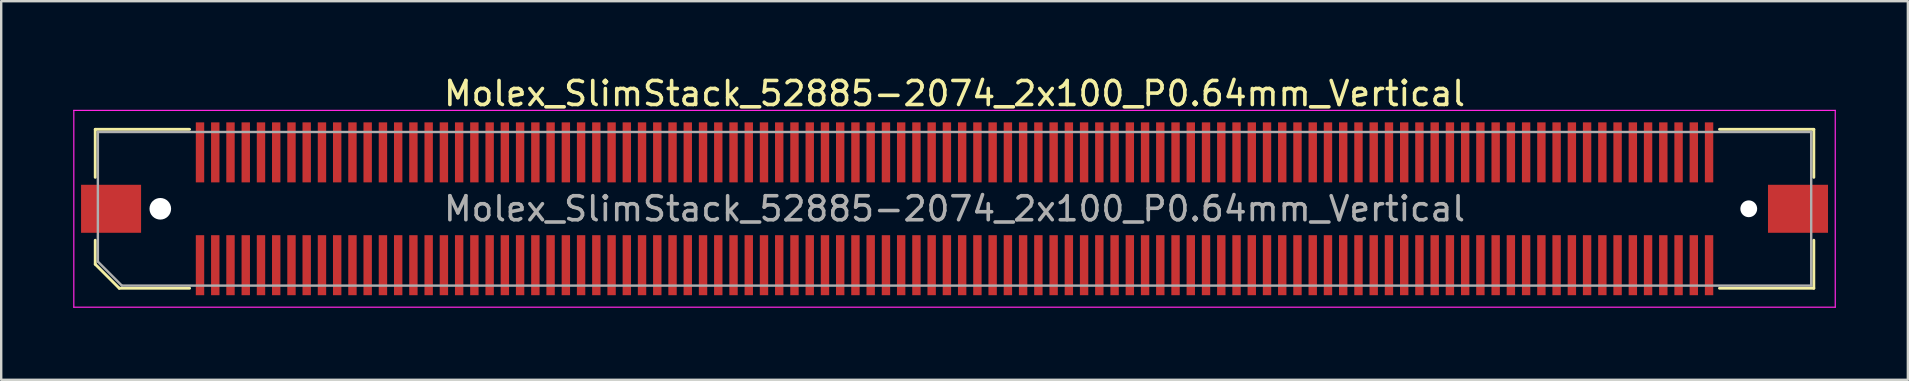
<source format=kicad_pcb>
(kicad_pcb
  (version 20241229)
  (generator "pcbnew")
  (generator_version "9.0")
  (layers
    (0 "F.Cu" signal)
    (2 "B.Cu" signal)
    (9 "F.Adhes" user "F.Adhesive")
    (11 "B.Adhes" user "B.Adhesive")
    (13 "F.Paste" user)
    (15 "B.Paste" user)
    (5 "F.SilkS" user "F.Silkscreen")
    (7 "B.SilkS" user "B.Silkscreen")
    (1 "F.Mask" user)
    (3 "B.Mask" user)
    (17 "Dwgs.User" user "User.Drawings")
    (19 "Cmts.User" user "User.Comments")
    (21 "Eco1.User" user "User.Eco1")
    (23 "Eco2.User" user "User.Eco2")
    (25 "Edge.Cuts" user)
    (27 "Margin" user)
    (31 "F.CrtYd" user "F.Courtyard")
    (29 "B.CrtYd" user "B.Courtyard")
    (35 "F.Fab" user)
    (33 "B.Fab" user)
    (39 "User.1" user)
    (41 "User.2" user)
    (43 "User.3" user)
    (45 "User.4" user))
  (footprint "Molex_SlimStack_52885-2074_2x100_P0.64mm_Vertical"
    (layer "F.Cu")
    (at 36.715 5.648)
    (property "Reference" "Molex_SlimStack_52885-2074_2x100_P0.64mm_Vertical" (at 0 -4.8 0) (layer "F.SilkS") (effects (font (size 1 1) (thickness 0.15))))
    (attr smd)
    (fp_line (start -35.797 -3.31) (end -31.867 -3.31) (stroke (width 0.12) (type solid)) (layer "F.SilkS"))
    (fp_line (start -35.797 -1.31) (end -35.797 -3.31) (stroke (width 0.12) (type solid)) (layer "F.SilkS"))
    (fp_line (start -35.797 2.31) (end -35.797 1.31) (stroke (width 0.12) (type solid)) (layer "F.SilkS"))
    (fp_line (start -34.797 3.31) (end -35.797 2.31) (stroke (width 0.12) (type solid)) (layer "F.SilkS"))
    (fp_line (start -31.867 3.31) (end -34.797 3.31) (stroke (width 0.12) (type solid)) (layer "F.SilkS"))
    (fp_line (start 31.867 3.31) (end 35.797 3.31) (stroke (width 0.12) (type solid)) (layer "F.SilkS"))
    (fp_line (start 35.797 -3.31) (end 31.867 -3.31) (stroke (width 0.12) (type solid)) (layer "F.SilkS"))
    (fp_line (start 35.797 -1.31) (end 35.797 -3.31) (stroke (width 0.12) (type solid)) (layer "F.SilkS"))
    (fp_line (start 35.797 3.31) (end 35.797 1.31) (stroke (width 0.12) (type solid)) (layer "F.SilkS"))
    (fp_line (start -36.69 -4.1) (end -36.69 4.1) (stroke (width 0.05) (type solid)) (layer "F.CrtYd"))
    (fp_line (start -36.69 4.1) (end 36.69 4.1) (stroke (width 0.05) (type solid)) (layer "F.CrtYd"))
    (fp_line (start 36.69 -4.1) (end -36.69 -4.1) (stroke (width 0.05) (type solid)) (layer "F.CrtYd"))
    (fp_line (start 36.69 4.1) (end 36.69 -4.1) (stroke (width 0.05) (type solid)) (layer "F.CrtYd"))
    (fp_line (start -35.688 -3.2) (end -35.688 2.2) (stroke (width 0.1) (type solid)) (layer "F.Fab"))
    (fp_line (start -35.688 2.2) (end -34.688 3.2) (stroke (width 0.1) (type solid)) (layer "F.Fab"))
    (fp_line (start -34.688 3.2) (end 35.688 3.2) (stroke (width 0.1) (type solid)) (layer "F.Fab"))
    (fp_line (start 35.688 -3.2) (end -35.688 -3.2) (stroke (width 0.1) (type solid)) (layer "F.Fab"))
    (fp_line (start 35.688 3.2) (end 35.688 -3.2) (stroke (width 0.1) (type solid)) (layer "F.Fab"))
    (fp_text user "${REFERENCE}" (at 0 0 0) (layer "F.Fab") (effects (font (size 1 1) (thickness 0.15))))
    (pad "" np_thru_hole circle (at -33.087 0) (size 0.9 0.9) (drill 0.9) (layers "*.Cu" "*.Mask"))
    (pad "" np_thru_hole circle (at 33.087 0) (size 0.7 0.7) (drill 0.7) (layers "*.Cu" "*.Mask"))
    (pad "1" smd rect (at -31.433 2.35) (size 0.35 2.5) (layers "F.Cu" "F.Mask" "F.Paste"))
    (pad "2" smd rect (at -31.433 -2.35) (size 0.35 2.5) (layers "F.Cu" "F.Mask" "F.Paste"))
    (pad "3" smd rect (at -30.797 2.35) (size 0.35 2.5) (layers "F.Cu" "F.Mask" "F.Paste"))
    (pad "4" smd rect (at -30.797 -2.35) (size 0.35 2.5) (layers "F.Cu" "F.Mask" "F.Paste"))
    (pad "5" smd rect (at -30.163 2.35) (size 0.35 2.5) (layers "F.Cu" "F.Mask" "F.Paste"))
    (pad "6" smd rect (at -30.163 -2.35) (size 0.35 2.5) (layers "F.Cu" "F.Mask" "F.Paste"))
    (pad "7" smd rect (at -29.527 2.35) (size 0.35 2.5) (layers "F.Cu" "F.Mask" "F.Paste"))
    (pad "8" smd rect (at -29.527 -2.35) (size 0.35 2.5) (layers "F.Cu" "F.Mask" "F.Paste"))
    (pad "9" smd rect (at -28.892 2.35) (size 0.35 2.5) (layers "F.Cu" "F.Mask" "F.Paste"))
    (pad "10" smd rect (at -28.892 -2.35) (size 0.35 2.5) (layers "F.Cu" "F.Mask" "F.Paste"))
    (pad "11" smd rect (at -28.258 2.35) (size 0.35 2.5) (layers "F.Cu" "F.Mask" "F.Paste"))
    (pad "12" smd rect (at -28.258 -2.35) (size 0.35 2.5) (layers "F.Cu" "F.Mask" "F.Paste"))
    (pad "13" smd rect (at -27.622 2.35) (size 0.35 2.5) (layers "F.Cu" "F.Mask" "F.Paste"))
    (pad "14" smd rect (at -27.622 -2.35) (size 0.35 2.5) (layers "F.Cu" "F.Mask" "F.Paste"))
    (pad "15" smd rect (at -26.988 2.35) (size 0.35 2.5) (layers "F.Cu" "F.Mask" "F.Paste"))
    (pad "16" smd rect (at -26.988 -2.35) (size 0.35 2.5) (layers "F.Cu" "F.Mask" "F.Paste"))
    (pad "17" smd rect (at -26.352 2.35) (size 0.35 2.5) (layers "F.Cu" "F.Mask" "F.Paste"))
    (pad "18" smd rect (at -26.352 -2.35) (size 0.35 2.5) (layers "F.Cu" "F.Mask" "F.Paste"))
    (pad "19" smd rect (at -25.718 2.35) (size 0.35 2.5) (layers "F.Cu" "F.Mask" "F.Paste"))
    (pad "20" smd rect (at -25.718 -2.35) (size 0.35 2.5) (layers "F.Cu" "F.Mask" "F.Paste"))
    (pad "21" smd rect (at -25.082 2.35) (size 0.35 2.5) (layers "F.Cu" "F.Mask" "F.Paste"))
    (pad "22" smd rect (at -25.082 -2.35) (size 0.35 2.5) (layers "F.Cu" "F.Mask" "F.Paste"))
    (pad "23" smd rect (at -24.448 2.35) (size 0.35 2.5) (layers "F.Cu" "F.Mask" "F.Paste"))
    (pad "24" smd rect (at -24.448 -2.35) (size 0.35 2.5) (layers "F.Cu" "F.Mask" "F.Paste"))
    (pad "25" smd rect (at -23.812 2.35) (size 0.35 2.5) (layers "F.Cu" "F.Mask" "F.Paste"))
    (pad "26" smd rect (at -23.812 -2.35) (size 0.35 2.5) (layers "F.Cu" "F.Mask" "F.Paste"))
    (pad "27" smd rect (at -23.177 2.35) (size 0.35 2.5) (layers "F.Cu" "F.Mask" "F.Paste"))
    (pad "28" smd rect (at -23.177 -2.35) (size 0.35 2.5) (layers "F.Cu" "F.Mask" "F.Paste"))
    (pad "29" smd rect (at -22.543 2.35) (size 0.35 2.5) (layers "F.Cu" "F.Mask" "F.Paste"))
    (pad "30" smd rect (at -22.543 -2.35) (size 0.35 2.5) (layers "F.Cu" "F.Mask" "F.Paste"))
    (pad "31" smd rect (at -21.907 2.35) (size 0.35 2.5) (layers "F.Cu" "F.Mask" "F.Paste"))
    (pad "32" smd rect (at -21.907 -2.35) (size 0.35 2.5) (layers "F.Cu" "F.Mask" "F.Paste"))
    (pad "33" smd rect (at -21.273 2.35) (size 0.35 2.5) (layers "F.Cu" "F.Mask" "F.Paste"))
    (pad "34" smd rect (at -21.273 -2.35) (size 0.35 2.5) (layers "F.Cu" "F.Mask" "F.Paste"))
    (pad "35" smd rect (at -20.637 2.35) (size 0.35 2.5) (layers "F.Cu" "F.Mask" "F.Paste"))
    (pad "36" smd rect (at -20.637 -2.35) (size 0.35 2.5) (layers "F.Cu" "F.Mask" "F.Paste"))
    (pad "37" smd rect (at -20.003 2.35) (size 0.35 2.5) (layers "F.Cu" "F.Mask" "F.Paste"))
    (pad "38" smd rect (at -20.003 -2.35) (size 0.35 2.5) (layers "F.Cu" "F.Mask" "F.Paste"))
    (pad "39" smd rect (at -19.367 2.35) (size 0.35 2.5) (layers "F.Cu" "F.Mask" "F.Paste"))
    (pad "40" smd rect (at -19.367 -2.35) (size 0.35 2.5) (layers "F.Cu" "F.Mask" "F.Paste"))
    (pad "41" smd rect (at -18.733 2.35) (size 0.35 2.5) (layers "F.Cu" "F.Mask" "F.Paste"))
    (pad "42" smd rect (at -18.733 -2.35) (size 0.35 2.5) (layers "F.Cu" "F.Mask" "F.Paste"))
    (pad "43" smd rect (at -18.098 2.35) (size 0.35 2.5) (layers "F.Cu" "F.Mask" "F.Paste"))
    (pad "44" smd rect (at -18.098 -2.35) (size 0.35 2.5) (layers "F.Cu" "F.Mask" "F.Paste"))
    (pad "45" smd rect (at -17.462 2.35) (size 0.35 2.5) (layers "F.Cu" "F.Mask" "F.Paste"))
    (pad "46" smd rect (at -17.462 -2.35) (size 0.35 2.5) (layers "F.Cu" "F.Mask" "F.Paste"))
    (pad "47" smd rect (at -16.828 2.35) (size 0.35 2.5) (layers "F.Cu" "F.Mask" "F.Paste"))
    (pad "48" smd rect (at -16.828 -2.35) (size 0.35 2.5) (layers "F.Cu" "F.Mask" "F.Paste"))
    (pad "49" smd rect (at -16.192 2.35) (size 0.35 2.5) (layers "F.Cu" "F.Mask" "F.Paste"))
    (pad "50" smd rect (at -16.192 -2.35) (size 0.35 2.5) (layers "F.Cu" "F.Mask" "F.Paste"))
    (pad "51" smd rect (at -15.557 2.35) (size 0.35 2.5) (layers "F.Cu" "F.Mask" "F.Paste"))
    (pad "52" smd rect (at -15.557 -2.35) (size 0.35 2.5) (layers "F.Cu" "F.Mask" "F.Paste"))
    (pad "53" smd rect (at -14.922 2.35) (size 0.35 2.5) (layers "F.Cu" "F.Mask" "F.Paste"))
    (pad "54" smd rect (at -14.922 -2.35) (size 0.35 2.5) (layers "F.Cu" "F.Mask" "F.Paste"))
    (pad "55" smd rect (at -14.287 2.35) (size 0.35 2.5) (layers "F.Cu" "F.Mask" "F.Paste"))
    (pad "56" smd rect (at -14.287 -2.35) (size 0.35 2.5) (layers "F.Cu" "F.Mask" "F.Paste"))
    (pad "57" smd rect (at -13.652 2.35) (size 0.35 2.5) (layers "F.Cu" "F.Mask" "F.Paste"))
    (pad "58" smd rect (at -13.652 -2.35) (size 0.35 2.5) (layers "F.Cu" "F.Mask" "F.Paste"))
    (pad "59" smd rect (at -13.018 2.35) (size 0.35 2.5) (layers "F.Cu" "F.Mask" "F.Paste"))
    (pad "60" smd rect (at -13.018 -2.35) (size 0.35 2.5) (layers "F.Cu" "F.Mask" "F.Paste"))
    (pad "61" smd rect (at -12.383 2.35) (size 0.35 2.5) (layers "F.Cu" "F.Mask" "F.Paste"))
    (pad "62" smd rect (at -12.383 -2.35) (size 0.35 2.5) (layers "F.Cu" "F.Mask" "F.Paste"))
    (pad "63" smd rect (at -11.748 2.35) (size 0.35 2.5) (layers "F.Cu" "F.Mask" "F.Paste"))
    (pad "64" smd rect (at -11.748 -2.35) (size 0.35 2.5) (layers "F.Cu" "F.Mask" "F.Paste"))
    (pad "65" smd rect (at -11.113 2.35) (size 0.35 2.5) (layers "F.Cu" "F.Mask" "F.Paste"))
    (pad "66" smd rect (at -11.113 -2.35) (size 0.35 2.5) (layers "F.Cu" "F.Mask" "F.Paste"))
    (pad "67" smd rect (at -10.477 2.35) (size 0.35 2.5) (layers "F.Cu" "F.Mask" "F.Paste"))
    (pad "68" smd rect (at -10.477 -2.35) (size 0.35 2.5) (layers "F.Cu" "F.Mask" "F.Paste"))
    (pad "69" smd rect (at -9.842 2.35) (size 0.35 2.5) (layers "F.Cu" "F.Mask" "F.Paste"))
    (pad "70" smd rect (at -9.842 -2.35) (size 0.35 2.5) (layers "F.Cu" "F.Mask" "F.Paste"))
    (pad "71" smd rect (at -9.207 2.35) (size 0.35 2.5) (layers "F.Cu" "F.Mask" "F.Paste"))
    (pad "72" smd rect (at -9.207 -2.35) (size 0.35 2.5) (layers "F.Cu" "F.Mask" "F.Paste"))
    (pad "73" smd rect (at -8.572 2.35) (size 0.35 2.5) (layers "F.Cu" "F.Mask" "F.Paste"))
    (pad "74" smd rect (at -8.572 -2.35) (size 0.35 2.5) (layers "F.Cu" "F.Mask" "F.Paste"))
    (pad "75" smd rect (at -7.938 2.35) (size 0.35 2.5) (layers "F.Cu" "F.Mask" "F.Paste"))
    (pad "76" smd rect (at -7.938 -2.35) (size 0.35 2.5) (layers "F.Cu" "F.Mask" "F.Paste"))
    (pad "77" smd rect (at -7.303 2.35) (size 0.35 2.5) (layers "F.Cu" "F.Mask" "F.Paste"))
    (pad "78" smd rect (at -7.303 -2.35) (size 0.35 2.5) (layers "F.Cu" "F.Mask" "F.Paste"))
    (pad "79" smd rect (at -6.668 2.35) (size 0.35 2.5) (layers "F.Cu" "F.Mask" "F.Paste"))
    (pad "80" smd rect (at -6.668 -2.35) (size 0.35 2.5) (layers "F.Cu" "F.Mask" "F.Paste"))
    (pad "81" smd rect (at -6.032 2.35) (size 0.35 2.5) (layers "F.Cu" "F.Mask" "F.Paste"))
    (pad "82" smd rect (at -6.032 -2.35) (size 0.35 2.5) (layers "F.Cu" "F.Mask" "F.Paste"))
    (pad "83" smd rect (at -5.397 2.35) (size 0.35 2.5) (layers "F.Cu" "F.Mask" "F.Paste"))
    (pad "84" smd rect (at -5.397 -2.35) (size 0.35 2.5) (layers "F.Cu" "F.Mask" "F.Paste"))
    (pad "85" smd rect (at -4.763 2.35) (size 0.35 2.5) (layers "F.Cu" "F.Mask" "F.Paste"))
    (pad "86" smd rect (at -4.763 -2.35) (size 0.35 2.5) (layers "F.Cu" "F.Mask" "F.Paste"))
    (pad "87" smd rect (at -4.128 2.35) (size 0.35 2.5) (layers "F.Cu" "F.Mask" "F.Paste"))
    (pad "88" smd rect (at -4.128 -2.35) (size 0.35 2.5) (layers "F.Cu" "F.Mask" "F.Paste"))
    (pad "89" smd rect (at -3.493 2.35) (size 0.35 2.5) (layers "F.Cu" "F.Mask" "F.Paste"))
    (pad "90" smd rect (at -3.493 -2.35) (size 0.35 2.5) (layers "F.Cu" "F.Mask" "F.Paste"))
    (pad "91" smd rect (at -2.857 2.35) (size 0.35 2.5) (layers "F.Cu" "F.Mask" "F.Paste"))
    (pad "92" smd rect (at -2.857 -2.35) (size 0.35 2.5) (layers "F.Cu" "F.Mask" "F.Paste"))
    (pad "93" smd rect (at -2.223 2.35) (size 0.35 2.5) (layers "F.Cu" "F.Mask" "F.Paste"))
    (pad "94" smd rect (at -2.223 -2.35) (size 0.35 2.5) (layers "F.Cu" "F.Mask" "F.Paste"))
    (pad "95" smd rect (at -1.587 2.35) (size 0.35 2.5) (layers "F.Cu" "F.Mask" "F.Paste"))
    (pad "96" smd rect (at -1.587 -2.35) (size 0.35 2.5) (layers "F.Cu" "F.Mask" "F.Paste"))
    (pad "97" smd rect (at -0.953 2.35) (size 0.35 2.5) (layers "F.Cu" "F.Mask" "F.Paste"))
    (pad "98" smd rect (at -0.953 -2.35) (size 0.35 2.5) (layers "F.Cu" "F.Mask" "F.Paste"))
    (pad "99" smd rect (at -0.318 2.35) (size 0.35 2.5) (layers "F.Cu" "F.Mask" "F.Paste"))
    (pad "100" smd rect (at -0.318 -2.35) (size 0.35 2.5) (layers "F.Cu" "F.Mask" "F.Paste"))
    (pad "101" smd rect (at 0.318 2.35) (size 0.35 2.5) (layers "F.Cu" "F.Mask" "F.Paste"))
    (pad "102" smd rect (at 0.318 -2.35) (size 0.35 2.5) (layers "F.Cu" "F.Mask" "F.Paste"))
    (pad "103" smd rect (at 0.953 2.35) (size 0.35 2.5) (layers "F.Cu" "F.Mask" "F.Paste"))
    (pad "104" smd rect (at 0.953 -2.35) (size 0.35 2.5) (layers "F.Cu" "F.Mask" "F.Paste"))
    (pad "105" smd rect (at 1.587 2.35) (size 0.35 2.5) (layers "F.Cu" "F.Mask" "F.Paste"))
    (pad "106" smd rect (at 1.587 -2.35) (size 0.35 2.5) (layers "F.Cu" "F.Mask" "F.Paste"))
    (pad "107" smd rect (at 2.223 2.35) (size 0.35 2.5) (layers "F.Cu" "F.Mask" "F.Paste"))
    (pad "108" smd rect (at 2.223 -2.35) (size 0.35 2.5) (layers "F.Cu" "F.Mask" "F.Paste"))
    (pad "109" smd rect (at 2.857 2.35) (size 0.35 2.5) (layers "F.Cu" "F.Mask" "F.Paste"))
    (pad "110" smd rect (at 2.857 -2.35) (size 0.35 2.5) (layers "F.Cu" "F.Mask" "F.Paste"))
    (pad "111" smd rect (at 3.493 2.35) (size 0.35 2.5) (layers "F.Cu" "F.Mask" "F.Paste"))
    (pad "112" smd rect (at 3.493 -2.35) (size 0.35 2.5) (layers "F.Cu" "F.Mask" "F.Paste"))
    (pad "113" smd rect (at 4.128 2.35) (size 0.35 2.5) (layers "F.Cu" "F.Mask" "F.Paste"))
    (pad "114" smd rect (at 4.128 -2.35) (size 0.35 2.5) (layers "F.Cu" "F.Mask" "F.Paste"))
    (pad "115" smd rect (at 4.763 2.35) (size 0.35 2.5) (layers "F.Cu" "F.Mask" "F.Paste"))
    (pad "116" smd rect (at 4.763 -2.35) (size 0.35 2.5) (layers "F.Cu" "F.Mask" "F.Paste"))
    (pad "117" smd rect (at 5.397 2.35) (size 0.35 2.5) (layers "F.Cu" "F.Mask" "F.Paste"))
    (pad "118" smd rect (at 5.397 -2.35) (size 0.35 2.5) (layers "F.Cu" "F.Mask" "F.Paste"))
    (pad "119" smd rect (at 6.032 2.35) (size 0.35 2.5) (layers "F.Cu" "F.Mask" "F.Paste"))
    (pad "120" smd rect (at 6.032 -2.35) (size 0.35 2.5) (layers "F.Cu" "F.Mask" "F.Paste"))
    (pad "121" smd rect (at 6.668 2.35) (size 0.35 2.5) (layers "F.Cu" "F.Mask" "F.Paste"))
    (pad "122" smd rect (at 6.668 -2.35) (size 0.35 2.5) (layers "F.Cu" "F.Mask" "F.Paste"))
    (pad "123" smd rect (at 7.303 2.35) (size 0.35 2.5) (layers "F.Cu" "F.Mask" "F.Paste"))
    (pad "124" smd rect (at 7.303 -2.35) (size 0.35 2.5) (layers "F.Cu" "F.Mask" "F.Paste"))
    (pad "125" smd rect (at 7.938 2.35) (size 0.35 2.5) (layers "F.Cu" "F.Mask" "F.Paste"))
    (pad "126" smd rect (at 7.938 -2.35) (size 0.35 2.5) (layers "F.Cu" "F.Mask" "F.Paste"))
    (pad "127" smd rect (at 8.572 2.35) (size 0.35 2.5) (layers "F.Cu" "F.Mask" "F.Paste"))
    (pad "128" smd rect (at 8.572 -2.35) (size 0.35 2.5) (layers "F.Cu" "F.Mask" "F.Paste"))
    (pad "129" smd rect (at 9.207 2.35) (size 0.35 2.5) (layers "F.Cu" "F.Mask" "F.Paste"))
    (pad "130" smd rect (at 9.207 -2.35) (size 0.35 2.5) (layers "F.Cu" "F.Mask" "F.Paste"))
    (pad "131" smd rect (at 9.842 2.35) (size 0.35 2.5) (layers "F.Cu" "F.Mask" "F.Paste"))
    (pad "132" smd rect (at 9.842 -2.35) (size 0.35 2.5) (layers "F.Cu" "F.Mask" "F.Paste"))
    (pad "133" smd rect (at 10.477 2.35) (size 0.35 2.5) (layers "F.Cu" "F.Mask" "F.Paste"))
    (pad "134" smd rect (at 10.477 -2.35) (size 0.35 2.5) (layers "F.Cu" "F.Mask" "F.Paste"))
    (pad "135" smd rect (at 11.113 2.35) (size 0.35 2.5) (layers "F.Cu" "F.Mask" "F.Paste"))
    (pad "136" smd rect (at 11.113 -2.35) (size 0.35 2.5) (layers "F.Cu" "F.Mask" "F.Paste"))
    (pad "137" smd rect (at 11.748 2.35) (size 0.35 2.5) (layers "F.Cu" "F.Mask" "F.Paste"))
    (pad "138" smd rect (at 11.748 -2.35) (size 0.35 2.5) (layers "F.Cu" "F.Mask" "F.Paste"))
    (pad "139" smd rect (at 12.383 2.35) (size 0.35 2.5) (layers "F.Cu" "F.Mask" "F.Paste"))
    (pad "140" smd rect (at 12.383 -2.35) (size 0.35 2.5) (layers "F.Cu" "F.Mask" "F.Paste"))
    (pad "141" smd rect (at 13.018 2.35) (size 0.35 2.5) (layers "F.Cu" "F.Mask" "F.Paste"))
    (pad "142" smd rect (at 13.018 -2.35) (size 0.35 2.5) (layers "F.Cu" "F.Mask" "F.Paste"))
    (pad "143" smd rect (at 13.652 2.35) (size 0.35 2.5) (layers "F.Cu" "F.Mask" "F.Paste"))
    (pad "144" smd rect (at 13.652 -2.35) (size 0.35 2.5) (layers "F.Cu" "F.Mask" "F.Paste"))
    (pad "145" smd rect (at 14.287 2.35) (size 0.35 2.5) (layers "F.Cu" "F.Mask" "F.Paste"))
    (pad "146" smd rect (at 14.287 -2.35) (size 0.35 2.5) (layers "F.Cu" "F.Mask" "F.Paste"))
    (pad "147" smd rect (at 14.922 2.35) (size 0.35 2.5) (layers "F.Cu" "F.Mask" "F.Paste"))
    (pad "148" smd rect (at 14.922 -2.35) (size 0.35 2.5) (layers "F.Cu" "F.Mask" "F.Paste"))
    (pad "149" smd rect (at 15.557 2.35) (size 0.35 2.5) (layers "F.Cu" "F.Mask" "F.Paste"))
    (pad "150" smd rect (at 15.557 -2.35) (size 0.35 2.5) (layers "F.Cu" "F.Mask" "F.Paste"))
    (pad "151" smd rect (at 16.192 2.35) (size 0.35 2.5) (layers "F.Cu" "F.Mask" "F.Paste"))
    (pad "152" smd rect (at 16.192 -2.35) (size 0.35 2.5) (layers "F.Cu" "F.Mask" "F.Paste"))
    (pad "153" smd rect (at 16.828 2.35) (size 0.35 2.5) (layers "F.Cu" "F.Mask" "F.Paste"))
    (pad "154" smd rect (at 16.828 -2.35) (size 0.35 2.5) (layers "F.Cu" "F.Mask" "F.Paste"))
    (pad "155" smd rect (at 17.462 2.35) (size 0.35 2.5) (layers "F.Cu" "F.Mask" "F.Paste"))
    (pad "156" smd rect (at 17.462 -2.35) (size 0.35 2.5) (layers "F.Cu" "F.Mask" "F.Paste"))
    (pad "157" smd rect (at 18.098 2.35) (size 0.35 2.5) (layers "F.Cu" "F.Mask" "F.Paste"))
    (pad "158" smd rect (at 18.098 -2.35) (size 0.35 2.5) (layers "F.Cu" "F.Mask" "F.Paste"))
    (pad "159" smd rect (at 18.733 2.35) (size 0.35 2.5) (layers "F.Cu" "F.Mask" "F.Paste"))
    (pad "160" smd rect (at 18.733 -2.35) (size 0.35 2.5) (layers "F.Cu" "F.Mask" "F.Paste"))
    (pad "161" smd rect (at 19.367 2.35) (size 0.35 2.5) (layers "F.Cu" "F.Mask" "F.Paste"))
    (pad "162" smd rect (at 19.367 -2.35) (size 0.35 2.5) (layers "F.Cu" "F.Mask" "F.Paste"))
    (pad "163" smd rect (at 20.003 2.35) (size 0.35 2.5) (layers "F.Cu" "F.Mask" "F.Paste"))
    (pad "164" smd rect (at 20.003 -2.35) (size 0.35 2.5) (layers "F.Cu" "F.Mask" "F.Paste"))
    (pad "165" smd rect (at 20.637 2.35) (size 0.35 2.5) (layers "F.Cu" "F.Mask" "F.Paste"))
    (pad "166" smd rect (at 20.637 -2.35) (size 0.35 2.5) (layers "F.Cu" "F.Mask" "F.Paste"))
    (pad "167" smd rect (at 21.273 2.35) (size 0.35 2.5) (layers "F.Cu" "F.Mask" "F.Paste"))
    (pad "168" smd rect (at 21.273 -2.35) (size 0.35 2.5) (layers "F.Cu" "F.Mask" "F.Paste"))
    (pad "169" smd rect (at 21.907 2.35) (size 0.35 2.5) (layers "F.Cu" "F.Mask" "F.Paste"))
    (pad "170" smd rect (at 21.907 -2.35) (size 0.35 2.5) (layers "F.Cu" "F.Mask" "F.Paste"))
    (pad "171" smd rect (at 22.543 2.35) (size 0.35 2.5) (layers "F.Cu" "F.Mask" "F.Paste"))
    (pad "172" smd rect (at 22.543 -2.35) (size 0.35 2.5) (layers "F.Cu" "F.Mask" "F.Paste"))
    (pad "173" smd rect (at 23.177 2.35) (size 0.35 2.5) (layers "F.Cu" "F.Mask" "F.Paste"))
    (pad "174" smd rect (at 23.177 -2.35) (size 0.35 2.5) (layers "F.Cu" "F.Mask" "F.Paste"))
    (pad "175" smd rect (at 23.812 2.35) (size 0.35 2.5) (layers "F.Cu" "F.Mask" "F.Paste"))
    (pad "176" smd rect (at 23.812 -2.35) (size 0.35 2.5) (layers "F.Cu" "F.Mask" "F.Paste"))
    (pad "177" smd rect (at 24.448 2.35) (size 0.35 2.5) (layers "F.Cu" "F.Mask" "F.Paste"))
    (pad "178" smd rect (at 24.448 -2.35) (size 0.35 2.5) (layers "F.Cu" "F.Mask" "F.Paste"))
    (pad "179" smd rect (at 25.082 2.35) (size 0.35 2.5) (layers "F.Cu" "F.Mask" "F.Paste"))
    (pad "180" smd rect (at 25.082 -2.35) (size 0.35 2.5) (layers "F.Cu" "F.Mask" "F.Paste"))
    (pad "181" smd rect (at 25.718 2.35) (size 0.35 2.5) (layers "F.Cu" "F.Mask" "F.Paste"))
    (pad "182" smd rect (at 25.718 -2.35) (size 0.35 2.5) (layers "F.Cu" "F.Mask" "F.Paste"))
    (pad "183" smd rect (at 26.352 2.35) (size 0.35 2.5) (layers "F.Cu" "F.Mask" "F.Paste"))
    (pad "184" smd rect (at 26.352 -2.35) (size 0.35 2.5) (layers "F.Cu" "F.Mask" "F.Paste"))
    (pad "185" smd rect (at 26.988 2.35) (size 0.35 2.5) (layers "F.Cu" "F.Mask" "F.Paste"))
    (pad "186" smd rect (at 26.988 -2.35) (size 0.35 2.5) (layers "F.Cu" "F.Mask" "F.Paste"))
    (pad "187" smd rect (at 27.622 2.35) (size 0.35 2.5) (layers "F.Cu" "F.Mask" "F.Paste"))
    (pad "188" smd rect (at 27.622 -2.35) (size 0.35 2.5) (layers "F.Cu" "F.Mask" "F.Paste"))
    (pad "189" smd rect (at 28.258 2.35) (size 0.35 2.5) (layers "F.Cu" "F.Mask" "F.Paste"))
    (pad "190" smd rect (at 28.258 -2.35) (size 0.35 2.5) (layers "F.Cu" "F.Mask" "F.Paste"))
    (pad "191" smd rect (at 28.892 2.35) (size 0.35 2.5) (layers "F.Cu" "F.Mask" "F.Paste"))
    (pad "192" smd rect (at 28.892 -2.35) (size 0.35 2.5) (layers "F.Cu" "F.Mask" "F.Paste"))
    (pad "193" smd rect (at 29.527 2.35) (size 0.35 2.5) (layers "F.Cu" "F.Mask" "F.Paste"))
    (pad "194" smd rect (at 29.527 -2.35) (size 0.35 2.5) (layers "F.Cu" "F.Mask" "F.Paste"))
    (pad "195" smd rect (at 30.163 2.35) (size 0.35 2.5) (layers "F.Cu" "F.Mask" "F.Paste"))
    (pad "196" smd rect (at 30.163 -2.35) (size 0.35 2.5) (layers "F.Cu" "F.Mask" "F.Paste"))
    (pad "197" smd rect (at 30.797 2.35) (size 0.35 2.5) (layers "F.Cu" "F.Mask" "F.Paste"))
    (pad "198" smd rect (at 30.797 -2.35) (size 0.35 2.5) (layers "F.Cu" "F.Mask" "F.Paste"))
    (pad "199" smd rect (at 31.433 2.35) (size 0.35 2.5) (layers "F.Cu" "F.Mask" "F.Paste"))
    (pad "200" smd rect (at 31.433 -2.35) (size 0.35 2.5) (layers "F.Cu" "F.Mask" "F.Paste"))
    (pad "MP" smd rect (at -35.138 0) (size 2.5 2) (layers "F.Cu" "F.Mask" "F.Paste"))
    (pad "MP" smd rect (at 35.138 0) (size 2.5 2) (layers "F.Cu" "F.Mask" "F.Paste")))
  (gr_rect
    (start -3 -3)
    (end 76.43 12.773)
    (stroke (width 0.1) (type default))
    (fill no)
    (layer "Edge.Cuts")))
</source>
